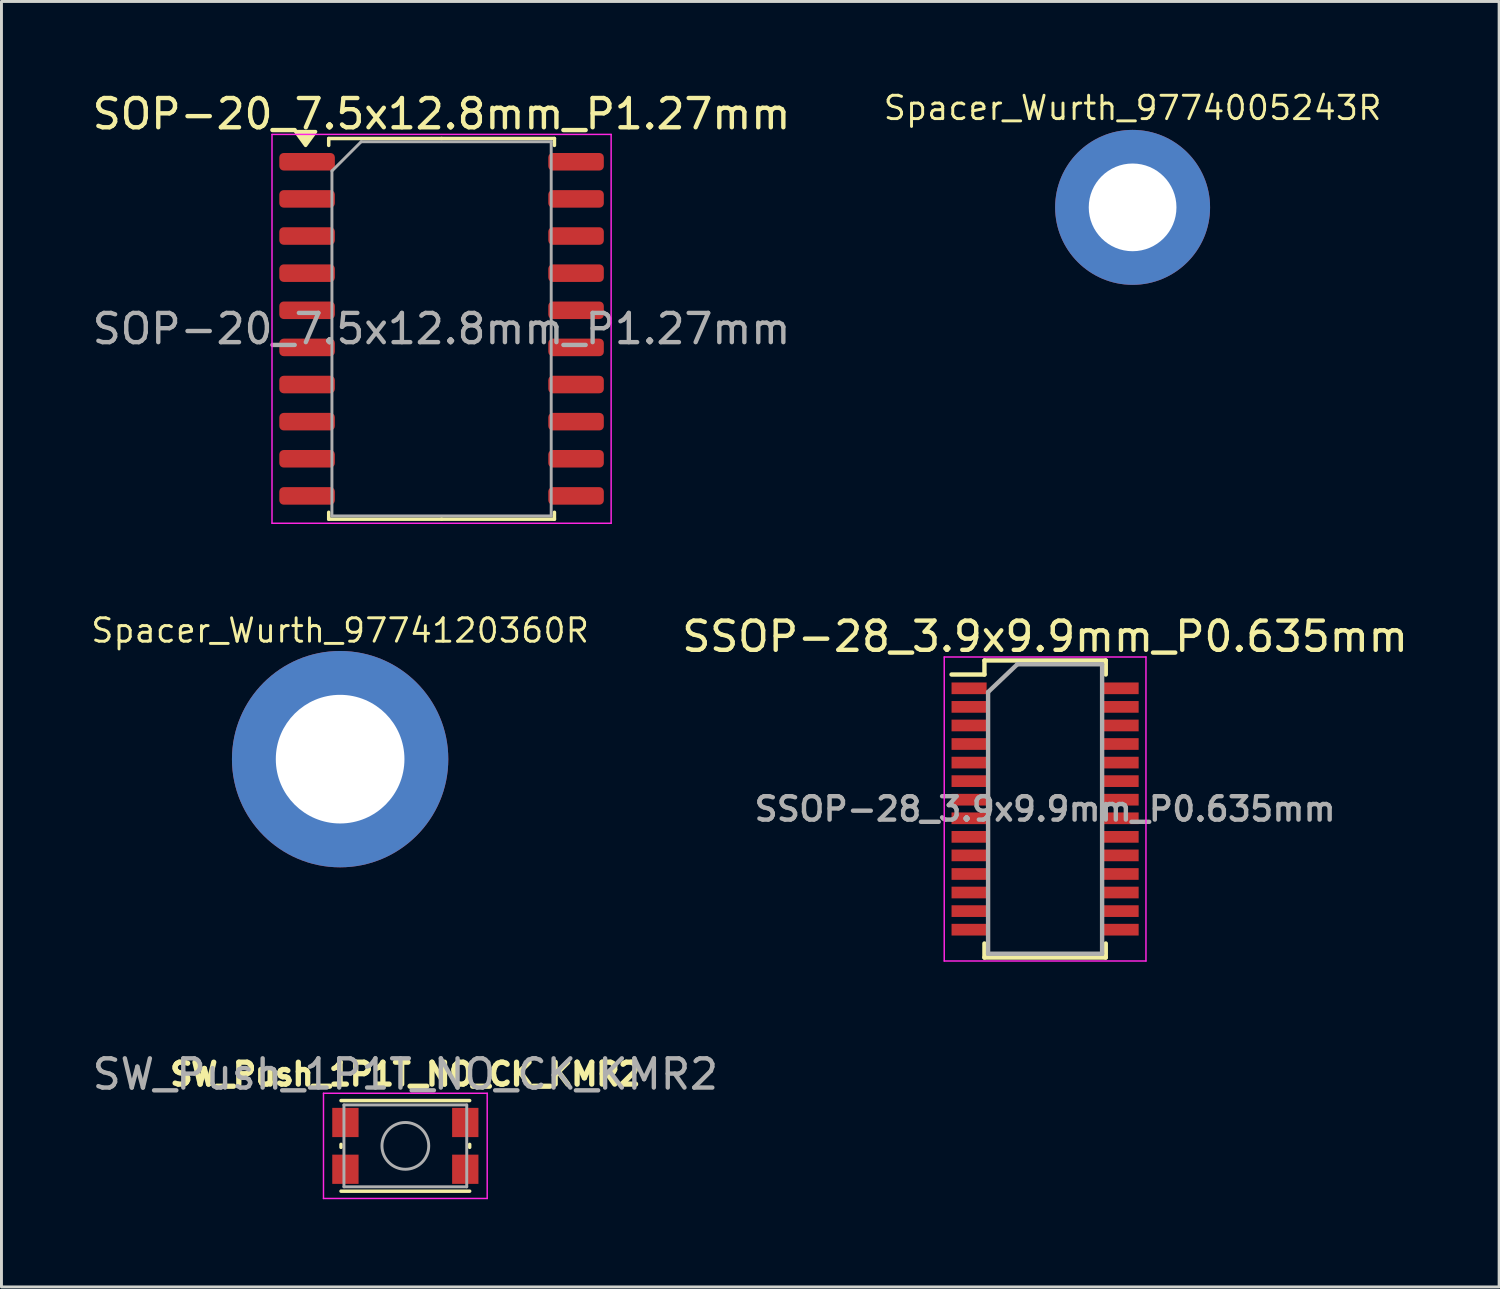
<source format=kicad_pcb>
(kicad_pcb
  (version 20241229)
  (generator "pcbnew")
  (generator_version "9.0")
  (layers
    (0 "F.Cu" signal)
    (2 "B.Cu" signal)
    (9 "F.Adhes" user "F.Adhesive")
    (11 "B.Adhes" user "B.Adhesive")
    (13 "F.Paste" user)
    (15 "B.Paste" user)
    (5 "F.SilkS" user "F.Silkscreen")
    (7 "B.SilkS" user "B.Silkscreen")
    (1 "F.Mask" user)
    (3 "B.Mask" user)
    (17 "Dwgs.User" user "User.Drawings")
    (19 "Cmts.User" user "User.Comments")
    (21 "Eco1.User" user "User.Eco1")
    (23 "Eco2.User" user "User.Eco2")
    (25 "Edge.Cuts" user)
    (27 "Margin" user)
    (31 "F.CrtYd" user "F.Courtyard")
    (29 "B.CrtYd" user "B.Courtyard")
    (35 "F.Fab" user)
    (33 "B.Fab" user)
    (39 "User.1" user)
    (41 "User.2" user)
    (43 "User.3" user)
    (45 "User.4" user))
  (footprint "SSOP-28_3.9x9.9mm_P0.635mm"
    (layer "F.Cu")
    (at 32.698 24.622)
    (property "Reference" "SSOP-28_3.9x9.9mm_P0.635mm" (at 0 -5.9 0) (layer "F.SilkS") (effects (font (size 1 1) (thickness 0.15))))
    (attr smd)
    (fp_line (start -2.075 -5.08) (end -2.075 -4.6) (stroke (width 0.15) (type solid)) (layer "F.SilkS"))
    (fp_line (start -2.075 -5.08) (end 2.075 -5.08) (stroke (width 0.15) (type solid)) (layer "F.SilkS"))
    (fp_line (start -2.075 -4.6) (end -3.2 -4.6) (stroke (width 0.15) (type solid)) (layer "F.SilkS"))
    (fp_line (start -2.075 5.08) (end -2.075 4.6) (stroke (width 0.15) (type solid)) (layer "F.SilkS"))
    (fp_line (start -2.075 5.08) (end 2.075 5.08) (stroke (width 0.15) (type solid)) (layer "F.SilkS"))
    (fp_line (start 2.075 -5.08) (end 2.075 -4.6) (stroke (width 0.15) (type solid)) (layer "F.SilkS"))
    (fp_line (start 2.075 5.08) (end 2.075 4.6) (stroke (width 0.15) (type solid)) (layer "F.SilkS"))
    (fp_line (start -3.45 -5.2) (end -3.45 5.2) (stroke (width 0.05) (type solid)) (layer "F.CrtYd"))
    (fp_line (start -3.45 -5.2) (end 3.45 -5.2) (stroke (width 0.05) (type solid)) (layer "F.CrtYd"))
    (fp_line (start -3.45 5.2) (end 3.45 5.2) (stroke (width 0.05) (type solid)) (layer "F.CrtYd"))
    (fp_line (start 3.45 -5.2) (end 3.45 5.2) (stroke (width 0.05) (type solid)) (layer "F.CrtYd"))
    (fp_line (start -1.95 -4) (end -0.95 -4.95) (stroke (width 0.15) (type solid)) (layer "F.Fab"))
    (fp_line (start -1.95 4.95) (end -1.95 -4) (stroke (width 0.15) (type solid)) (layer "F.Fab"))
    (fp_line (start -0.95 -4.95) (end 1.95 -4.95) (stroke (width 0.15) (type solid)) (layer "F.Fab"))
    (fp_line (start 1.95 -4.95) (end 1.95 4.95) (stroke (width 0.15) (type solid)) (layer "F.Fab"))
    (fp_line (start 1.95 4.95) (end -1.95 4.95) (stroke (width 0.15) (type solid)) (layer "F.Fab"))
    (fp_text user "${REFERENCE}" (at 0 0 0) (layer "F.Fab") (effects (font (size 0.8 0.8) (thickness 0.15))))
    (pad "1" smd rect (at -2.6 -4.128) (size 1.2 0.4) (layers "F.Cu" "F.Mask" "F.Paste"))
    (pad "2" smd rect (at -2.6 -3.493) (size 1.2 0.4) (layers "F.Cu" "F.Mask" "F.Paste"))
    (pad "3" smd rect (at -2.6 -2.857) (size 1.2 0.4) (layers "F.Cu" "F.Mask" "F.Paste"))
    (pad "4" smd rect (at -2.6 -2.223) (size 1.2 0.4) (layers "F.Cu" "F.Mask" "F.Paste"))
    (pad "5" smd rect (at -2.6 -1.587) (size 1.2 0.4) (layers "F.Cu" "F.Mask" "F.Paste"))
    (pad "6" smd rect (at -2.6 -0.953) (size 1.2 0.4) (layers "F.Cu" "F.Mask" "F.Paste"))
    (pad "7" smd rect (at -2.6 -0.318) (size 1.2 0.4) (layers "F.Cu" "F.Mask" "F.Paste"))
    (pad "8" smd rect (at -2.6 0.318) (size 1.2 0.4) (layers "F.Cu" "F.Mask" "F.Paste"))
    (pad "9" smd rect (at -2.6 0.953) (size 1.2 0.4) (layers "F.Cu" "F.Mask" "F.Paste"))
    (pad "10" smd rect (at -2.6 1.587) (size 1.2 0.4) (layers "F.Cu" "F.Mask" "F.Paste"))
    (pad "11" smd rect (at -2.6 2.223) (size 1.2 0.4) (layers "F.Cu" "F.Mask" "F.Paste"))
    (pad "12" smd rect (at -2.6 2.857) (size 1.2 0.4) (layers "F.Cu" "F.Mask" "F.Paste"))
    (pad "13" smd rect (at -2.6 3.493) (size 1.2 0.4) (layers "F.Cu" "F.Mask" "F.Paste"))
    (pad "14" smd rect (at -2.6 4.128) (size 1.2 0.4) (layers "F.Cu" "F.Mask" "F.Paste"))
    (pad "15" smd rect (at 2.6 4.128) (size 1.2 0.4) (layers "F.Cu" "F.Mask" "F.Paste"))
    (pad "16" smd rect (at 2.6 3.493) (size 1.2 0.4) (layers "F.Cu" "F.Mask" "F.Paste"))
    (pad "17" smd rect (at 2.6 2.857) (size 1.2 0.4) (layers "F.Cu" "F.Mask" "F.Paste"))
    (pad "18" smd rect (at 2.6 2.223) (size 1.2 0.4) (layers "F.Cu" "F.Mask" "F.Paste"))
    (pad "19" smd rect (at 2.6 1.587) (size 1.2 0.4) (layers "F.Cu" "F.Mask" "F.Paste"))
    (pad "20" smd rect (at 2.6 0.953) (size 1.2 0.4) (layers "F.Cu" "F.Mask" "F.Paste"))
    (pad "21" smd rect (at 2.6 0.318) (size 1.2 0.4) (layers "F.Cu" "F.Mask" "F.Paste"))
    (pad "22" smd rect (at 2.6 -0.318) (size 1.2 0.4) (layers "F.Cu" "F.Mask" "F.Paste"))
    (pad "23" smd rect (at 2.6 -0.953) (size 1.2 0.4) (layers "F.Cu" "F.Mask" "F.Paste"))
    (pad "24" smd rect (at 2.6 -1.587) (size 1.2 0.4) (layers "F.Cu" "F.Mask" "F.Paste"))
    (pad "25" smd rect (at 2.6 -2.223) (size 1.2 0.4) (layers "F.Cu" "F.Mask" "F.Paste"))
    (pad "26" smd rect (at 2.6 -2.857) (size 1.2 0.4) (layers "F.Cu" "F.Mask" "F.Paste"))
    (pad "27" smd rect (at 2.6 -3.493) (size 1.2 0.4) (layers "F.Cu" "F.Mask" "F.Paste"))
    (pad "28" smd rect (at 2.6 -4.128) (size 1.2 0.4) (layers "F.Cu" "F.Mask" "F.Paste")))
  (footprint "Spacer_Wurth_9774120360R"
    (layer "F.Cu")
    (at 8.584 22.917)
    (property "Reference" "Spacer_Wurth_9774120360R" (at 0 -4.4 0) (unlocked yes) (layer "F.SilkS") (effects (font (size 0.8 0.8) (thickness 0.1))))
    (attr smd)
    (pad "1" thru_hole circle (at 0 0) (size 7.4 7.4) (drill 4.4) (layers "*.Cu" "*.Mask")))
  (footprint "Spacer_Wurth_9774005243R"
    (layer "F.Cu")
    (at 35.691 4.043)
    (property "Reference" "Spacer_Wurth_9774005243R" (at 0 -3.4 0) (unlocked yes) (layer "F.SilkS") (effects (font (size 0.8 0.8) (thickness 0.1))))
    (attr smd)
    (pad "" np_thru_hole circle (at 0 0) (size 5.3 5.3) (drill 3) (layers "*.Cu" "*.Mask")))
  (footprint "SW_Push_1P1T_NO_CK_KMR2"
    (layer "F.Cu")
    (at 10.815 36.145)
    (property "Reference" "SW_Push_1P1T_NO_CK_KMR2" (at 0 -2.45 0) (layer "F.SilkS") (effects (font (size 0.75 0.75) (thickness 0.18))))
    (attr smd)
    (fp_line (start -2.2 0.05) (end -2.2 -0.05) (stroke (width 0.12) (type solid)) (layer "F.SilkS"))
    (fp_line (start -2.2 1.55) (end 2.2 1.55) (stroke (width 0.12) (type solid)) (layer "F.SilkS"))
    (fp_line (start 2.2 -1.55) (end -2.2 -1.55) (stroke (width 0.12) (type solid)) (layer "F.SilkS"))
    (fp_line (start 2.2 0.05) (end 2.2 -0.05) (stroke (width 0.12) (type solid)) (layer "F.SilkS"))
    (fp_line (start -2.8 -1.8) (end 2.8 -1.8) (stroke (width 0.05) (type solid)) (layer "F.CrtYd"))
    (fp_line (start -2.8 1.8) (end -2.8 -1.8) (stroke (width 0.05) (type solid)) (layer "F.CrtYd"))
    (fp_line (start 2.8 -1.8) (end 2.8 1.8) (stroke (width 0.05) (type solid)) (layer "F.CrtYd"))
    (fp_line (start 2.8 1.8) (end -2.8 1.8) (stroke (width 0.05) (type solid)) (layer "F.CrtYd"))
    (fp_line (start -2.1 -1.4) (end 2.1 -1.4) (stroke (width 0.1) (type solid)) (layer "F.Fab"))
    (fp_line (start -2.1 1.4) (end -2.1 -1.4) (stroke (width 0.1) (type solid)) (layer "F.Fab"))
    (fp_line (start 2.1 -1.4) (end 2.1 1.4) (stroke (width 0.1) (type solid)) (layer "F.Fab"))
    (fp_line (start 2.1 1.4) (end -2.1 1.4) (stroke (width 0.1) (type solid)) (layer "F.Fab"))
    (fp_circle (center 0 0) (end 0 0.8) (stroke (width 0.1) (type solid)) (fill no) (layer "F.Fab"))
    (fp_text user "${REFERENCE}" (at 0 -2.45 0) (layer "F.Fab") (effects (font (size 1 1) (thickness 0.15))))
    (pad "1" smd rect (at -2.05 -0.8) (size 0.9 1) (layers "F.Cu" "F.Mask" "F.Paste"))
    (pad "1" smd rect (at 2.05 -0.8) (size 0.9 1) (layers "F.Cu" "F.Mask" "F.Paste"))
    (pad "2" smd rect (at -2.05 0.8) (size 0.9 1) (layers "F.Cu" "F.Mask" "F.Paste"))
    (pad "2" smd rect (at 2.05 0.8) (size 0.9 1) (layers "F.Cu" "F.Mask" "F.Paste")))
  (footprint "SOP-20_7.5x12.8mm_P1.27mm"
    (layer "F.Cu")
    (at 12.054 8.198)
    (property "Reference" "SOP-20_7.5x12.8mm_P1.27mm" (at 0 -7.35 0) (layer "F.SilkS") (effects (font (size 1 1) (thickness 0.15))))
    (attr smd)
    (fp_line (start -3.86 -6.51) (end -3.86 -6.275) (stroke (width 0.12) (type solid)) (layer "F.SilkS"))
    (fp_line (start -3.86 6.51) (end -3.86 6.275) (stroke (width 0.12) (type solid)) (layer "F.SilkS"))
    (fp_line (start 0 -6.51) (end -3.86 -6.51) (stroke (width 0.12) (type solid)) (layer "F.SilkS"))
    (fp_line (start 0 -6.51) (end 3.86 -6.51) (stroke (width 0.12) (type solid)) (layer "F.SilkS"))
    (fp_line (start 0 6.51) (end -3.86 6.51) (stroke (width 0.12) (type solid)) (layer "F.SilkS"))
    (fp_line (start 0 6.51) (end 3.86 6.51) (stroke (width 0.12) (type solid)) (layer "F.SilkS"))
    (fp_line (start 3.86 -6.51) (end 3.86 -6.275) (stroke (width 0.12) (type solid)) (layer "F.SilkS"))
    (fp_line (start 3.86 6.51) (end 3.86 6.275) (stroke (width 0.12) (type solid)) (layer "F.SilkS"))
    (fp_poly (pts (xy -4.65 -6.275) (xy -4.99 -6.745) (xy -4.31 -6.745) (xy -4.65 -6.275)) (stroke (width 0.12) (type solid)) (fill yes) (layer "F.SilkS"))
    (fp_line (start -5.8 -6.65) (end -5.8 6.65) (stroke (width 0.05) (type solid)) (layer "F.CrtYd"))
    (fp_line (start -5.8 6.65) (end 5.8 6.65) (stroke (width 0.05) (type solid)) (layer "F.CrtYd"))
    (fp_line (start 5.8 -6.65) (end -5.8 -6.65) (stroke (width 0.05) (type solid)) (layer "F.CrtYd"))
    (fp_line (start 5.8 6.65) (end 5.8 -6.65) (stroke (width 0.05) (type solid)) (layer "F.CrtYd"))
    (fp_line (start -3.75 -5.4) (end -2.75 -6.4) (stroke (width 0.1) (type solid)) (layer "F.Fab"))
    (fp_line (start -3.75 6.4) (end -3.75 -5.4) (stroke (width 0.1) (type solid)) (layer "F.Fab"))
    (fp_line (start -2.75 -6.4) (end 3.75 -6.4) (stroke (width 0.1) (type solid)) (layer "F.Fab"))
    (fp_line (start 3.75 -6.4) (end 3.75 6.4) (stroke (width 0.1) (type solid)) (layer "F.Fab"))
    (fp_line (start 3.75 6.4) (end -3.75 6.4) (stroke (width 0.1) (type solid)) (layer "F.Fab"))
    (fp_text user "${REFERENCE}" (at 0 0 0) (layer "F.Fab") (effects (font (size 1 1) (thickness 0.15))))
    (pad "1" smd roundrect (at -4.6 -5.715) (size 1.9 0.6) (layers "F.Cu" "F.Mask" "F.Paste") (roundrect_rratio 0.25))
    (pad "2" smd roundrect (at -4.6 -4.445) (size 1.9 0.6) (layers "F.Cu" "F.Mask" "F.Paste") (roundrect_rratio 0.25))
    (pad "3" smd roundrect (at -4.6 -3.175) (size 1.9 0.6) (layers "F.Cu" "F.Mask" "F.Paste") (roundrect_rratio 0.25))
    (pad "4" smd roundrect (at -4.6 -1.905) (size 1.9 0.6) (layers "F.Cu" "F.Mask" "F.Paste") (roundrect_rratio 0.25))
    (pad "5" smd roundrect (at -4.6 -0.635) (size 1.9 0.6) (layers "F.Cu" "F.Mask" "F.Paste") (roundrect_rratio 0.25))
    (pad "6" smd roundrect (at -4.6 0.635) (size 1.9 0.6) (layers "F.Cu" "F.Mask" "F.Paste") (roundrect_rratio 0.25))
    (pad "7" smd roundrect (at -4.6 1.905) (size 1.9 0.6) (layers "F.Cu" "F.Mask" "F.Paste") (roundrect_rratio 0.25))
    (pad "8" smd roundrect (at -4.6 3.175) (size 1.9 0.6) (layers "F.Cu" "F.Mask" "F.Paste") (roundrect_rratio 0.25))
    (pad "9" smd roundrect (at -4.6 4.445) (size 1.9 0.6) (layers "F.Cu" "F.Mask" "F.Paste") (roundrect_rratio 0.25))
    (pad "10" smd roundrect (at -4.6 5.715) (size 1.9 0.6) (layers "F.Cu" "F.Mask" "F.Paste") (roundrect_rratio 0.25))
    (pad "11" smd roundrect (at 4.6 5.715) (size 1.9 0.6) (layers "F.Cu" "F.Mask" "F.Paste") (roundrect_rratio 0.25))
    (pad "12" smd roundrect (at 4.6 4.445) (size 1.9 0.6) (layers "F.Cu" "F.Mask" "F.Paste") (roundrect_rratio 0.25))
    (pad "13" smd roundrect (at 4.6 3.175) (size 1.9 0.6) (layers "F.Cu" "F.Mask" "F.Paste") (roundrect_rratio 0.25))
    (pad "14" smd roundrect (at 4.6 1.905) (size 1.9 0.6) (layers "F.Cu" "F.Mask" "F.Paste") (roundrect_rratio 0.25))
    (pad "15" smd roundrect (at 4.6 0.635) (size 1.9 0.6) (layers "F.Cu" "F.Mask" "F.Paste") (roundrect_rratio 0.25))
    (pad "16" smd roundrect (at 4.6 -0.635) (size 1.9 0.6) (layers "F.Cu" "F.Mask" "F.Paste") (roundrect_rratio 0.25))
    (pad "17" smd roundrect (at 4.6 -1.905) (size 1.9 0.6) (layers "F.Cu" "F.Mask" "F.Paste") (roundrect_rratio 0.25))
    (pad "18" smd roundrect (at 4.6 -3.175) (size 1.9 0.6) (layers "F.Cu" "F.Mask" "F.Paste") (roundrect_rratio 0.25))
    (pad "19" smd roundrect (at 4.6 -4.445) (size 1.9 0.6) (layers "F.Cu" "F.Mask" "F.Paste") (roundrect_rratio 0.25))
    (pad "20" smd roundrect (at 4.6 -5.715) (size 1.9 0.6) (layers "F.Cu" "F.Mask" "F.Paste") (roundrect_rratio 0.25)))
  (gr_rect
    (start -3 -3)
    (end 48.228 40.97)
    (stroke (width 0.1) (type default))
    (fill no)
    (layer "Edge.Cuts")))
</source>
